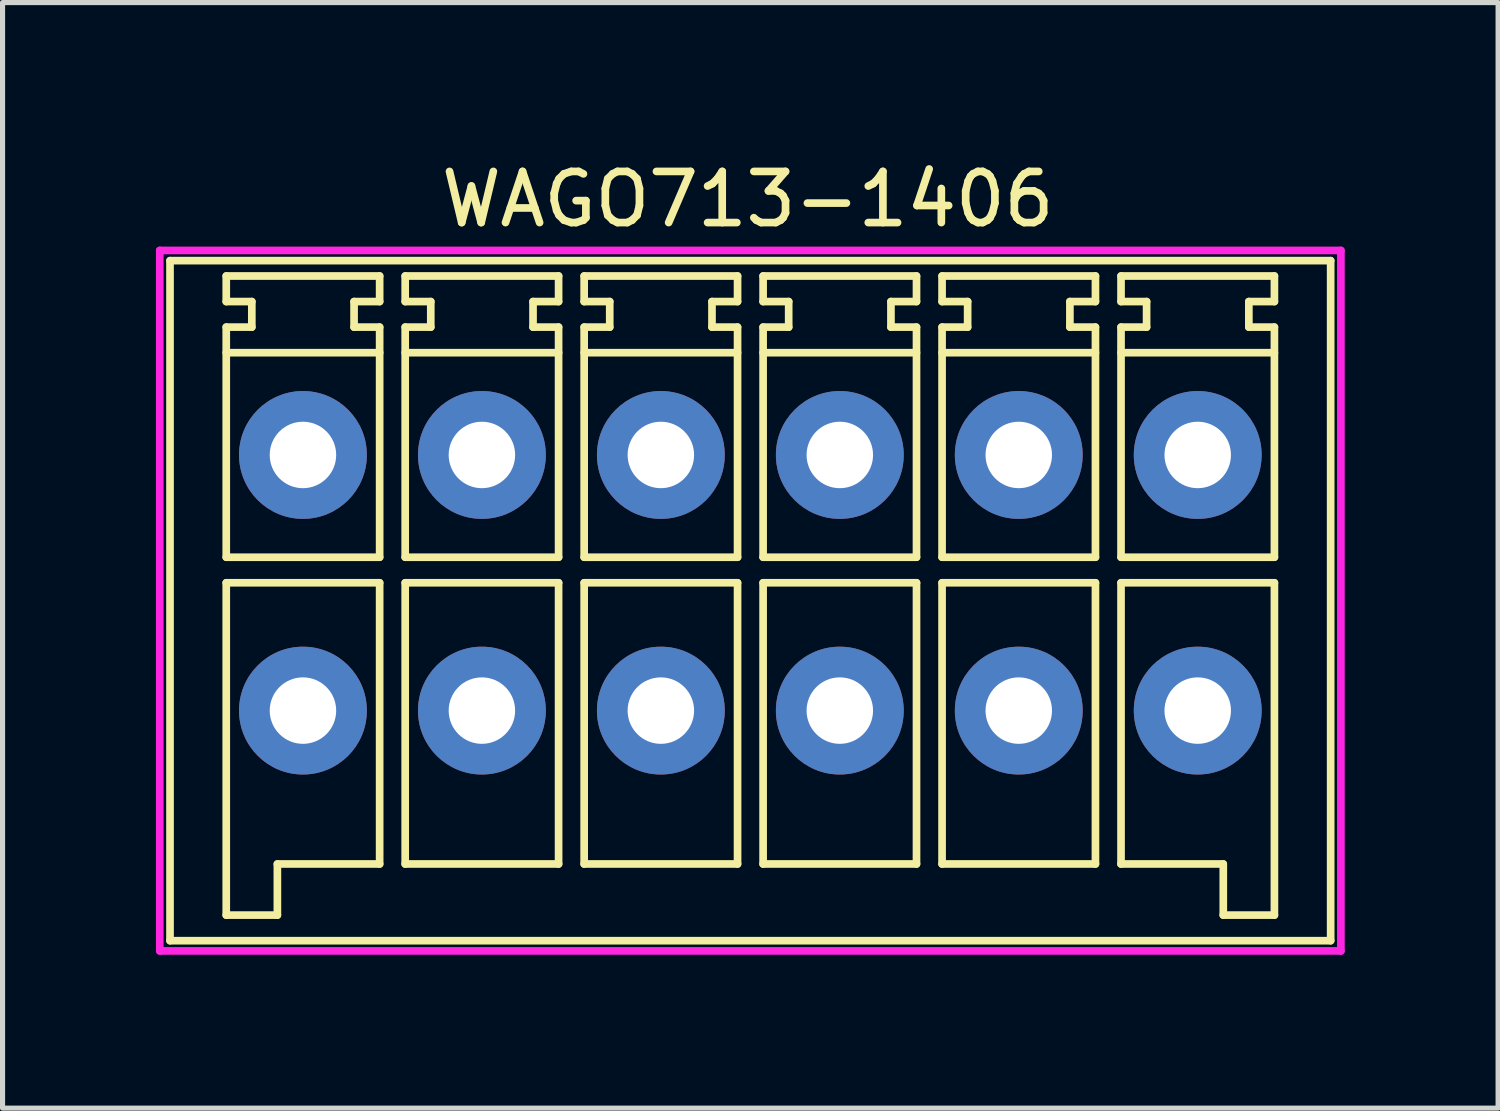
<source format=kicad_pcb>
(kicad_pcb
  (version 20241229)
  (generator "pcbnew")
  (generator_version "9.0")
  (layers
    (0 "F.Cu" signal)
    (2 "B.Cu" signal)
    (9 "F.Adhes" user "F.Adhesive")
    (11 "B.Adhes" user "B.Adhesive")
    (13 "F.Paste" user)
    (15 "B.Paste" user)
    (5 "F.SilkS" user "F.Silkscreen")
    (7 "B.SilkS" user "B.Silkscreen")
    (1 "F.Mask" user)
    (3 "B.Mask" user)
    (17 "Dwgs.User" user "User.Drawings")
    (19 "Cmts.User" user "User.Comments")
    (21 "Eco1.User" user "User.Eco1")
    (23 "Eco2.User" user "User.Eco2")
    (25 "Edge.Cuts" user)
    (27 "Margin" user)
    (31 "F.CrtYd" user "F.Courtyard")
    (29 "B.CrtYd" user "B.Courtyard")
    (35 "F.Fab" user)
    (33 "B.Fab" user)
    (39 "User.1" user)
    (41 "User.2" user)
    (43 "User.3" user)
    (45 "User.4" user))
  (footprint "WAGO713-1406"
    (layer "F.Cu")
    (at 2.875 5.848)
    (property "Reference" "WAGO713-1406" (at 8.7 -5 0) (layer "F.SilkS") (effects (font (size 1 1) (thickness 0.15))))
    (attr through_hole)
    (fp_line (start -2.6 -3.8) (end -2.6 9.5) (stroke (width 0.15) (type solid)) (layer "F.SilkS"))
    (fp_line (start -2.6 9.5) (end 20.1 9.5) (stroke (width 0.15) (type solid)) (layer "F.SilkS"))
    (fp_line (start -1.5 -3.5) (end 1.5 -3.5) (stroke (width 0.15) (type solid)) (layer "F.SilkS"))
    (fp_line (start -1.5 -3) (end -1.5 -3.5) (stroke (width 0.15) (type solid)) (layer "F.SilkS"))
    (fp_line (start -1.5 -2.5) (end -1 -2.5) (stroke (width 0.15) (type solid)) (layer "F.SilkS"))
    (fp_line (start -1.5 2) (end -1.5 -2.5) (stroke (width 0.15) (type solid)) (layer "F.SilkS"))
    (fp_line (start -1.5 2.5) (end -1.5 9) (stroke (width 0.15) (type solid)) (layer "F.SilkS"))
    (fp_line (start -1.5 9) (end -0.5 9) (stroke (width 0.15) (type solid)) (layer "F.SilkS"))
    (fp_line (start -1 -3) (end -1.5 -3) (stroke (width 0.15) (type solid)) (layer "F.SilkS"))
    (fp_line (start -1 -2.5) (end -1 -3) (stroke (width 0.15) (type solid)) (layer "F.SilkS"))
    (fp_line (start -0.5 8) (end 1.5 8) (stroke (width 0.15) (type solid)) (layer "F.SilkS"))
    (fp_line (start -0.5 9) (end -0.5 8) (stroke (width 0.15) (type solid)) (layer "F.SilkS"))
    (fp_line (start 1 -3) (end 1 -2.5) (stroke (width 0.15) (type solid)) (layer "F.SilkS"))
    (fp_line (start 1 -2.5) (end 1.5 -2.5) (stroke (width 0.15) (type solid)) (layer "F.SilkS"))
    (fp_line (start 1.5 -3.5) (end 1.5 -3) (stroke (width 0.15) (type solid)) (layer "F.SilkS"))
    (fp_line (start 1.5 -3) (end 1 -3) (stroke (width 0.15) (type solid)) (layer "F.SilkS"))
    (fp_line (start 1.5 -2.5) (end 1.5 2) (stroke (width 0.15) (type solid)) (layer "F.SilkS"))
    (fp_line (start 1.5 -2) (end -1.5 -2) (stroke (width 0.15) (type solid)) (layer "F.SilkS"))
    (fp_line (start 1.5 2) (end -1.5 2) (stroke (width 0.15) (type solid)) (layer "F.SilkS"))
    (fp_line (start 1.5 2.5) (end -1.5 2.5) (stroke (width 0.15) (type solid)) (layer "F.SilkS"))
    (fp_line (start 1.5 8) (end 1.5 2.5) (stroke (width 0.15) (type solid)) (layer "F.SilkS"))
    (fp_line (start 2 -3.5) (end 2 -3) (stroke (width 0.15) (type solid)) (layer "F.SilkS"))
    (fp_line (start 2 -3) (end 2.5 -3) (stroke (width 0.15) (type solid)) (layer "F.SilkS"))
    (fp_line (start 2 -2.5) (end 2 2) (stroke (width 0.15) (type solid)) (layer "F.SilkS"))
    (fp_line (start 2 2) (end 5 2) (stroke (width 0.15) (type solid)) (layer "F.SilkS"))
    (fp_line (start 2 2.5) (end 2 8) (stroke (width 0.15) (type solid)) (layer "F.SilkS"))
    (fp_line (start 2 8) (end 5 8) (stroke (width 0.15) (type solid)) (layer "F.SilkS"))
    (fp_line (start 2.5 -3) (end 2.5 -2.5) (stroke (width 0.15) (type solid)) (layer "F.SilkS"))
    (fp_line (start 2.5 -2.5) (end 2 -2.5) (stroke (width 0.15) (type solid)) (layer "F.SilkS"))
    (fp_line (start 4.5 -3) (end 5 -3) (stroke (width 0.15) (type solid)) (layer "F.SilkS"))
    (fp_line (start 4.5 -2.5) (end 4.5 -3) (stroke (width 0.15) (type solid)) (layer "F.SilkS"))
    (fp_line (start 5 -3.5) (end 2 -3.5) (stroke (width 0.15) (type solid)) (layer "F.SilkS"))
    (fp_line (start 5 -3) (end 5 -3.5) (stroke (width 0.15) (type solid)) (layer "F.SilkS"))
    (fp_line (start 5 -2.5) (end 4.5 -2.5) (stroke (width 0.15) (type solid)) (layer "F.SilkS"))
    (fp_line (start 5 -2) (end 2 -2) (stroke (width 0.15) (type solid)) (layer "F.SilkS"))
    (fp_line (start 5 2) (end 5 -2.5) (stroke (width 0.15) (type solid)) (layer "F.SilkS"))
    (fp_line (start 5 2.5) (end 2 2.5) (stroke (width 0.15) (type solid)) (layer "F.SilkS"))
    (fp_line (start 5 8) (end 5 2.5) (stroke (width 0.15) (type solid)) (layer "F.SilkS"))
    (fp_line (start 5.5 -3.5) (end 5.5 -3) (stroke (width 0.15) (type solid)) (layer "F.SilkS"))
    (fp_line (start 5.5 -3) (end 6 -3) (stroke (width 0.15) (type solid)) (layer "F.SilkS"))
    (fp_line (start 5.5 -2.5) (end 5.5 2) (stroke (width 0.15) (type solid)) (layer "F.SilkS"))
    (fp_line (start 5.5 2) (end 8.5 2) (stroke (width 0.15) (type solid)) (layer "F.SilkS"))
    (fp_line (start 5.5 2.5) (end 5.5 8) (stroke (width 0.15) (type solid)) (layer "F.SilkS"))
    (fp_line (start 5.5 8) (end 8.5 8) (stroke (width 0.15) (type solid)) (layer "F.SilkS"))
    (fp_line (start 6 -3) (end 6 -2.5) (stroke (width 0.15) (type solid)) (layer "F.SilkS"))
    (fp_line (start 6 -2.5) (end 5.5 -2.5) (stroke (width 0.15) (type solid)) (layer "F.SilkS"))
    (fp_line (start 8 -3) (end 8.5 -3) (stroke (width 0.15) (type solid)) (layer "F.SilkS"))
    (fp_line (start 8 -2.5) (end 8 -3) (stroke (width 0.15) (type solid)) (layer "F.SilkS"))
    (fp_line (start 8.5 -3.5) (end 5.5 -3.5) (stroke (width 0.15) (type solid)) (layer "F.SilkS"))
    (fp_line (start 8.5 -3) (end 8.5 -3.5) (stroke (width 0.15) (type solid)) (layer "F.SilkS"))
    (fp_line (start 8.5 -2.5) (end 8 -2.5) (stroke (width 0.15) (type solid)) (layer "F.SilkS"))
    (fp_line (start 8.5 -2) (end 5.5 -2) (stroke (width 0.15) (type solid)) (layer "F.SilkS"))
    (fp_line (start 8.5 2) (end 8.5 -2.5) (stroke (width 0.15) (type solid)) (layer "F.SilkS"))
    (fp_line (start 8.5 2.5) (end 5.5 2.5) (stroke (width 0.15) (type solid)) (layer "F.SilkS"))
    (fp_line (start 8.5 8) (end 8.5 2.5) (stroke (width 0.15) (type solid)) (layer "F.SilkS"))
    (fp_line (start 9 -3.5) (end 9 -3) (stroke (width 0.15) (type solid)) (layer "F.SilkS"))
    (fp_line (start 9 -3) (end 9.5 -3) (stroke (width 0.15) (type solid)) (layer "F.SilkS"))
    (fp_line (start 9 -2.5) (end 9 2) (stroke (width 0.15) (type solid)) (layer "F.SilkS"))
    (fp_line (start 9 2) (end 12 2) (stroke (width 0.15) (type solid)) (layer "F.SilkS"))
    (fp_line (start 9 2.5) (end 9 8) (stroke (width 0.15) (type solid)) (layer "F.SilkS"))
    (fp_line (start 9 8) (end 12 8) (stroke (width 0.15) (type solid)) (layer "F.SilkS"))
    (fp_line (start 9.5 -3) (end 9.5 -2.5) (stroke (width 0.15) (type solid)) (layer "F.SilkS"))
    (fp_line (start 9.5 -2.5) (end 9 -2.5) (stroke (width 0.15) (type solid)) (layer "F.SilkS"))
    (fp_line (start 11.5 -3) (end 12 -3) (stroke (width 0.15) (type solid)) (layer "F.SilkS"))
    (fp_line (start 11.5 -2.5) (end 11.5 -3) (stroke (width 0.15) (type solid)) (layer "F.SilkS"))
    (fp_line (start 12 -3.5) (end 9 -3.5) (stroke (width 0.15) (type solid)) (layer "F.SilkS"))
    (fp_line (start 12 -3) (end 12 -3.5) (stroke (width 0.15) (type solid)) (layer "F.SilkS"))
    (fp_line (start 12 -2.5) (end 11.5 -2.5) (stroke (width 0.15) (type solid)) (layer "F.SilkS"))
    (fp_line (start 12 -2) (end 9 -2) (stroke (width 0.15) (type solid)) (layer "F.SilkS"))
    (fp_line (start 12 2) (end 12 -2.5) (stroke (width 0.15) (type solid)) (layer "F.SilkS"))
    (fp_line (start 12 2.5) (end 9 2.5) (stroke (width 0.15) (type solid)) (layer "F.SilkS"))
    (fp_line (start 12 8) (end 12 2.5) (stroke (width 0.15) (type solid)) (layer "F.SilkS"))
    (fp_line (start 12.5 -3.5) (end 12.5 -3) (stroke (width 0.15) (type solid)) (layer "F.SilkS"))
    (fp_line (start 12.5 -3) (end 13 -3) (stroke (width 0.15) (type solid)) (layer "F.SilkS"))
    (fp_line (start 12.5 -2.5) (end 12.5 2) (stroke (width 0.15) (type solid)) (layer "F.SilkS"))
    (fp_line (start 12.5 2) (end 15.5 2) (stroke (width 0.15) (type solid)) (layer "F.SilkS"))
    (fp_line (start 12.5 2.5) (end 12.5 8) (stroke (width 0.15) (type solid)) (layer "F.SilkS"))
    (fp_line (start 12.5 8) (end 15.5 8) (stroke (width 0.15) (type solid)) (layer "F.SilkS"))
    (fp_line (start 13 -3) (end 13 -2.5) (stroke (width 0.15) (type solid)) (layer "F.SilkS"))
    (fp_line (start 13 -2.5) (end 12.5 -2.5) (stroke (width 0.15) (type solid)) (layer "F.SilkS"))
    (fp_line (start 15 -3) (end 15.5 -3) (stroke (width 0.15) (type solid)) (layer "F.SilkS"))
    (fp_line (start 15 -2.5) (end 15 -3) (stroke (width 0.15) (type solid)) (layer "F.SilkS"))
    (fp_line (start 15.5 -3.5) (end 12.5 -3.5) (stroke (width 0.15) (type solid)) (layer "F.SilkS"))
    (fp_line (start 15.5 -3) (end 15.5 -3.5) (stroke (width 0.15) (type solid)) (layer "F.SilkS"))
    (fp_line (start 15.5 -2.5) (end 15 -2.5) (stroke (width 0.15) (type solid)) (layer "F.SilkS"))
    (fp_line (start 15.5 -2) (end 12.5 -2) (stroke (width 0.15) (type solid)) (layer "F.SilkS"))
    (fp_line (start 15.5 2) (end 15.5 -2.5) (stroke (width 0.15) (type solid)) (layer "F.SilkS"))
    (fp_line (start 15.5 2.5) (end 12.5 2.5) (stroke (width 0.15) (type solid)) (layer "F.SilkS"))
    (fp_line (start 15.5 8) (end 15.5 2.5) (stroke (width 0.15) (type solid)) (layer "F.SilkS"))
    (fp_line (start 16 -3.5) (end 19 -3.5) (stroke (width 0.15) (type solid)) (layer "F.SilkS"))
    (fp_line (start 16 -3) (end 16 -3.5) (stroke (width 0.15) (type solid)) (layer "F.SilkS"))
    (fp_line (start 16 -2.5) (end 16.5 -2.5) (stroke (width 0.15) (type solid)) (layer "F.SilkS"))
    (fp_line (start 16 -2) (end 19 -2) (stroke (width 0.15) (type solid)) (layer "F.SilkS"))
    (fp_line (start 16 2) (end 16 -2.5) (stroke (width 0.15) (type solid)) (layer "F.SilkS"))
    (fp_line (start 16 2.5) (end 16 8) (stroke (width 0.15) (type solid)) (layer "F.SilkS"))
    (fp_line (start 16 8) (end 18 8) (stroke (width 0.15) (type solid)) (layer "F.SilkS"))
    (fp_line (start 16.5 -3) (end 16 -3) (stroke (width 0.15) (type solid)) (layer "F.SilkS"))
    (fp_line (start 16.5 -2.5) (end 16.5 -3) (stroke (width 0.15) (type solid)) (layer "F.SilkS"))
    (fp_line (start 18 8) (end 18 9) (stroke (width 0.15) (type solid)) (layer "F.SilkS"))
    (fp_line (start 18 9) (end 19 9) (stroke (width 0.15) (type solid)) (layer "F.SilkS"))
    (fp_line (start 18.5 -3) (end 18.5 -2.5) (stroke (width 0.15) (type solid)) (layer "F.SilkS"))
    (fp_line (start 18.5 -2.5) (end 19 -2.5) (stroke (width 0.15) (type solid)) (layer "F.SilkS"))
    (fp_line (start 19 -3.5) (end 19 -3) (stroke (width 0.15) (type solid)) (layer "F.SilkS"))
    (fp_line (start 19 -3) (end 18.5 -3) (stroke (width 0.15) (type solid)) (layer "F.SilkS"))
    (fp_line (start 19 -2.5) (end 19 2) (stroke (width 0.15) (type solid)) (layer "F.SilkS"))
    (fp_line (start 19 2) (end 16 2) (stroke (width 0.15) (type solid)) (layer "F.SilkS"))
    (fp_line (start 19 2.5) (end 16 2.5) (stroke (width 0.15) (type solid)) (layer "F.SilkS"))
    (fp_line (start 19 9) (end 19 2.5) (stroke (width 0.15) (type solid)) (layer "F.SilkS"))
    (fp_line (start 20.1 -3.8) (end -2.6 -3.8) (stroke (width 0.15) (type solid)) (layer "F.SilkS"))
    (fp_line (start 20.1 9.5) (end 20.1 -3.8) (stroke (width 0.15) (type solid)) (layer "F.SilkS"))
    (fp_line (start -2.8 -4) (end 20.3 -4) (stroke (width 0.15) (type solid)) (layer "F.CrtYd"))
    (fp_line (start -2.8 9.7) (end -2.8 -4) (stroke (width 0.15) (type solid)) (layer "F.CrtYd"))
    (fp_line (start 20.3 -4) (end 20.3 9.7) (stroke (width 0.15) (type solid)) (layer "F.CrtYd"))
    (fp_line (start 20.3 9.7) (end -2.8 9.7) (stroke (width 0.15) (type solid)) (layer "F.CrtYd"))
    (pad "1" thru_hole circle (at 0 0) (size 2.5 2.5) (drill 1.3) (layers "*.Cu" "*.Mask"))
    (pad "2" thru_hole circle (at 0 5) (size 2.5 2.5) (drill 1.3) (layers "*.Cu" "*.Mask"))
    (pad "3" thru_hole circle (at 3.5 0) (size 2.5 2.5) (drill 1.3) (layers "*.Cu" "*.Mask"))
    (pad "4" thru_hole circle (at 3.5 5) (size 2.5 2.5) (drill 1.3) (layers "*.Cu" "*.Mask"))
    (pad "5" thru_hole circle (at 7 0) (size 2.5 2.5) (drill 1.3) (layers "*.Cu" "*.Mask"))
    (pad "6" thru_hole circle (at 7 5) (size 2.5 2.5) (drill 1.3) (layers "*.Cu" "*.Mask"))
    (pad "7" thru_hole circle (at 10.5 0) (size 2.5 2.5) (drill 1.3) (layers "*.Cu" "*.Mask"))
    (pad "8" thru_hole circle (at 10.5 5) (size 2.5 2.5) (drill 1.3) (layers "*.Cu" "*.Mask"))
    (pad "9" thru_hole circle (at 14 0) (size 2.5 2.5) (drill 1.3) (layers "*.Cu" "*.Mask"))
    (pad "10" thru_hole circle (at 14 5) (size 2.5 2.5) (drill 1.3) (layers "*.Cu" "*.Mask"))
    (pad "11" thru_hole circle (at 17.5 0) (size 2.5 2.5) (drill 1.3) (layers "*.Cu" "*.Mask"))
    (pad "12" thru_hole circle (at 17.5 5) (size 2.5 2.5) (drill 1.3) (layers "*.Cu" "*.Mask")))
  (gr_rect
    (start -3 -3)
    (end 26.25 18.623)
    (stroke (width 0.1) (type default))
    (fill no)
    (layer "Edge.Cuts")))
</source>
